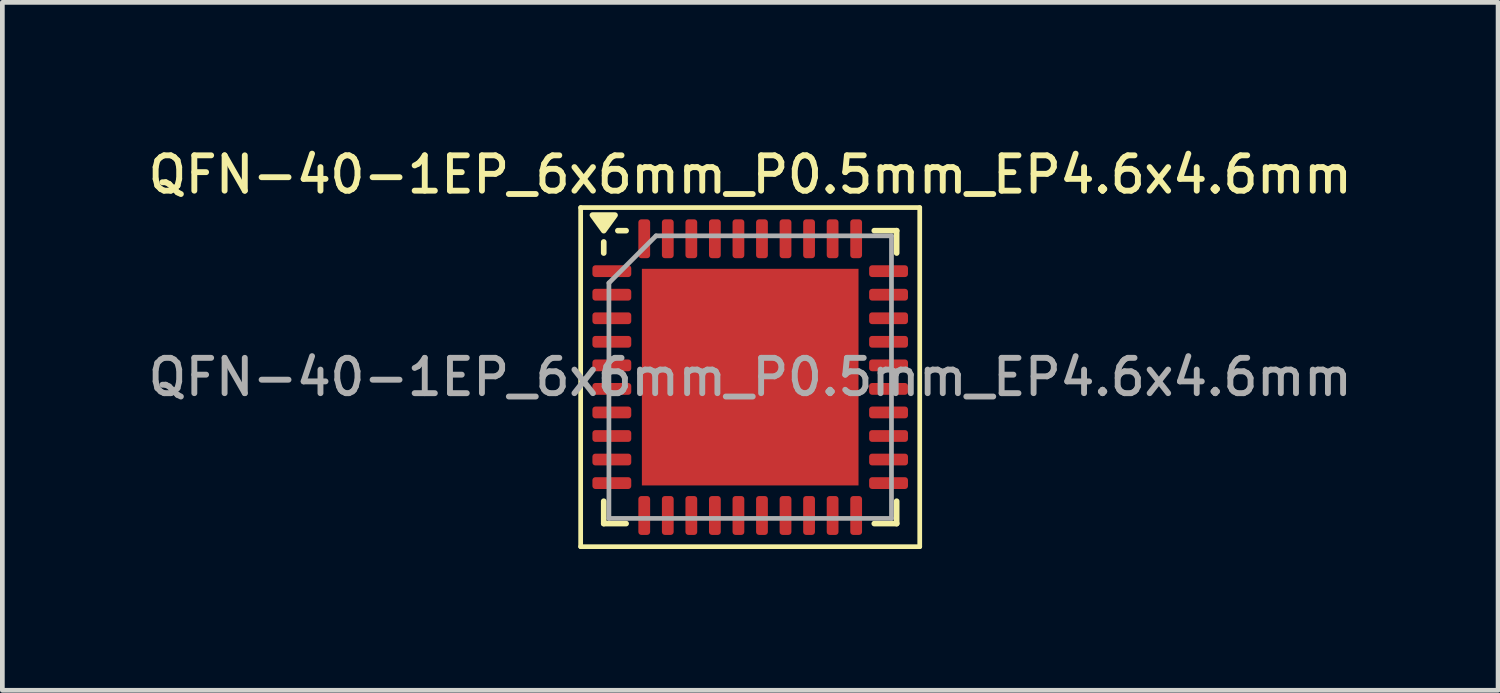
<source format=kicad_pcb>
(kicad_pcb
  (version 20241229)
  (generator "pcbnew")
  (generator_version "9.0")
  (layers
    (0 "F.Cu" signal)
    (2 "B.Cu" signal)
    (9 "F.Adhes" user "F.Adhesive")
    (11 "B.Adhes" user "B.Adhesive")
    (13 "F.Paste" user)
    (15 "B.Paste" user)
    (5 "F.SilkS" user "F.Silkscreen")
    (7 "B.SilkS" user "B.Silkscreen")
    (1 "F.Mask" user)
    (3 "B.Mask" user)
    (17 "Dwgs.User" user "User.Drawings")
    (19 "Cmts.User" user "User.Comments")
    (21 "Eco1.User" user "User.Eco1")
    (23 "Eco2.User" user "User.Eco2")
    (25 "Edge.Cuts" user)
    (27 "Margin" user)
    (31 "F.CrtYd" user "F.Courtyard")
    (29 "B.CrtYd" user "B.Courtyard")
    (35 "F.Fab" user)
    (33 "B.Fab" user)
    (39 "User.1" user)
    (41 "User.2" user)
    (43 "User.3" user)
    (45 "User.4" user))
  (footprint "QFN-40-1EP_6x6mm_P0.5mm_EP4.6x4.6mm"
    (layer "F.Cu")
    (at 12.88 4.958)
    (property "Reference" "QFN-40-1EP_6x6mm_P0.5mm_EP4.6x4.6mm" (at 0 -4.3 0) (layer "F.SilkS") (effects (font (size 0.75 0.75) (thickness 0.125))))
    (attr smd)
    (fp_line (start -3.6 -3.6) (end -3.6 3.6) (stroke (width 0.1) (type solid)) (layer "F.SilkS"))
    (fp_line (start -3.6 3.6) (end 3.6 3.6) (stroke (width 0.1) (type solid)) (layer "F.SilkS"))
    (fp_line (start -3.11 -2.635) (end -3.11 -2.87) (stroke (width 0.12) (type solid)) (layer "F.SilkS"))
    (fp_line (start -3.11 3.11) (end -3.11 2.635) (stroke (width 0.12) (type solid)) (layer "F.SilkS"))
    (fp_line (start -2.635 -3.11) (end -2.81 -3.11) (stroke (width 0.12) (type solid)) (layer "F.SilkS"))
    (fp_line (start -2.635 3.11) (end -3.11 3.11) (stroke (width 0.12) (type solid)) (layer "F.SilkS"))
    (fp_line (start 2.635 -3.11) (end 3.11 -3.11) (stroke (width 0.12) (type solid)) (layer "F.SilkS"))
    (fp_line (start 2.635 3.11) (end 3.11 3.11) (stroke (width 0.12) (type solid)) (layer "F.SilkS"))
    (fp_line (start 3.11 -3.11) (end 3.11 -2.635) (stroke (width 0.12) (type solid)) (layer "F.SilkS"))
    (fp_line (start 3.11 3.11) (end 3.11 2.635) (stroke (width 0.12) (type solid)) (layer "F.SilkS"))
    (fp_line (start 3.6 -3.6) (end -3.6 -3.6) (stroke (width 0.1) (type solid)) (layer "F.SilkS"))
    (fp_line (start 3.6 3.6) (end 3.6 -3.6) (stroke (width 0.1) (type solid)) (layer "F.SilkS"))
    (fp_poly (pts (xy -3.11 -3.11) (xy -3.35 -3.44) (xy -2.87 -3.44) (xy -3.11 -3.11)) (stroke (width 0.12) (type solid)) (fill yes) (layer "F.SilkS"))
    (fp_line (start -3 -2) (end -2 -3) (stroke (width 0.1) (type solid)) (layer "F.Fab"))
    (fp_line (start -3 3) (end -3 -2) (stroke (width 0.1) (type solid)) (layer "F.Fab"))
    (fp_line (start -2 -3) (end 3 -3) (stroke (width 0.1) (type solid)) (layer "F.Fab"))
    (fp_line (start 3 -3) (end 3 3) (stroke (width 0.1) (type solid)) (layer "F.Fab"))
    (fp_line (start 3 3) (end -3 3) (stroke (width 0.1) (type solid)) (layer "F.Fab"))
    (fp_text user "${REFERENCE}" (at 0 0 0) (layer "F.Fab") (effects (font (size 0.75 0.75) (thickness 0.125))))
    (pad "" smd roundrect (at -1.725 -1.725) (size 0.93 0.93) (layers "F.Paste") (roundrect_rratio 0.25))
    (pad "" smd roundrect (at -1.725 -0.575) (size 0.93 0.93) (layers "F.Paste") (roundrect_rratio 0.25))
    (pad "" smd roundrect (at -1.725 0.575) (size 0.93 0.93) (layers "F.Paste") (roundrect_rratio 0.25))
    (pad "" smd roundrect (at -1.725 1.725) (size 0.93 0.93) (layers "F.Paste") (roundrect_rratio 0.25))
    (pad "" smd roundrect (at -0.575 -1.725) (size 0.93 0.93) (layers "F.Paste") (roundrect_rratio 0.25))
    (pad "" smd roundrect (at -0.575 -0.575) (size 0.93 0.93) (layers "F.Paste") (roundrect_rratio 0.25))
    (pad "" smd roundrect (at -0.575 0.575) (size 0.93 0.93) (layers "F.Paste") (roundrect_rratio 0.25))
    (pad "" smd roundrect (at -0.575 1.725) (size 0.93 0.93) (layers "F.Paste") (roundrect_rratio 0.25))
    (pad "" smd roundrect (at 0.575 -1.725) (size 0.93 0.93) (layers "F.Paste") (roundrect_rratio 0.25))
    (pad "" smd roundrect (at 0.575 -0.575) (size 0.93 0.93) (layers "F.Paste") (roundrect_rratio 0.25))
    (pad "" smd roundrect (at 0.575 0.575) (size 0.93 0.93) (layers "F.Paste") (roundrect_rratio 0.25))
    (pad "" smd roundrect (at 0.575 1.725) (size 0.93 0.93) (layers "F.Paste") (roundrect_rratio 0.25))
    (pad "" smd roundrect (at 1.725 -1.725) (size 0.93 0.93) (layers "F.Paste") (roundrect_rratio 0.25))
    (pad "" smd roundrect (at 1.725 -0.575) (size 0.93 0.93) (layers "F.Paste") (roundrect_rratio 0.25))
    (pad "" smd roundrect (at 1.725 0.575) (size 0.93 0.93) (layers "F.Paste") (roundrect_rratio 0.25))
    (pad "" smd roundrect (at 1.725 1.725) (size 0.93 0.93) (layers "F.Paste") (roundrect_rratio 0.25))
    (pad "1" smd roundrect (at -2.938 -2.25) (size 0.825 0.25) (layers "F.Cu" "F.Mask" "F.Paste") (roundrect_rratio 0.25))
    (pad "2" smd roundrect (at -2.938 -1.75) (size 0.825 0.25) (layers "F.Cu" "F.Mask" "F.Paste") (roundrect_rratio 0.25))
    (pad "3" smd roundrect (at -2.938 -1.25) (size 0.825 0.25) (layers "F.Cu" "F.Mask" "F.Paste") (roundrect_rratio 0.25))
    (pad "4" smd roundrect (at -2.938 -0.75) (size 0.825 0.25) (layers "F.Cu" "F.Mask" "F.Paste") (roundrect_rratio 0.25))
    (pad "5" smd roundrect (at -2.938 -0.25) (size 0.825 0.25) (layers "F.Cu" "F.Mask" "F.Paste") (roundrect_rratio 0.25))
    (pad "6" smd roundrect (at -2.938 0.25) (size 0.825 0.25) (layers "F.Cu" "F.Mask" "F.Paste") (roundrect_rratio 0.25))
    (pad "7" smd roundrect (at -2.938 0.75) (size 0.825 0.25) (layers "F.Cu" "F.Mask" "F.Paste") (roundrect_rratio 0.25))
    (pad "8" smd roundrect (at -2.938 1.25) (size 0.825 0.25) (layers "F.Cu" "F.Mask" "F.Paste") (roundrect_rratio 0.25))
    (pad "9" smd roundrect (at -2.938 1.75) (size 0.825 0.25) (layers "F.Cu" "F.Mask" "F.Paste") (roundrect_rratio 0.25))
    (pad "10" smd roundrect (at -2.938 2.25) (size 0.825 0.25) (layers "F.Cu" "F.Mask" "F.Paste") (roundrect_rratio 0.25))
    (pad "11" smd roundrect (at -2.25 2.938) (size 0.25 0.825) (layers "F.Cu" "F.Mask" "F.Paste") (roundrect_rratio 0.25))
    (pad "12" smd roundrect (at -1.75 2.938) (size 0.25 0.825) (layers "F.Cu" "F.Mask" "F.Paste") (roundrect_rratio 0.25))
    (pad "13" smd roundrect (at -1.25 2.938) (size 0.25 0.825) (layers "F.Cu" "F.Mask" "F.Paste") (roundrect_rratio 0.25))
    (pad "14" smd roundrect (at -0.75 2.938) (size 0.25 0.825) (layers "F.Cu" "F.Mask" "F.Paste") (roundrect_rratio 0.25))
    (pad "15" smd roundrect (at -0.25 2.938) (size 0.25 0.825) (layers "F.Cu" "F.Mask" "F.Paste") (roundrect_rratio 0.25))
    (pad "16" smd roundrect (at 0.25 2.938) (size 0.25 0.825) (layers "F.Cu" "F.Mask" "F.Paste") (roundrect_rratio 0.25))
    (pad "17" smd roundrect (at 0.75 2.938) (size 0.25 0.825) (layers "F.Cu" "F.Mask" "F.Paste") (roundrect_rratio 0.25))
    (pad "18" smd roundrect (at 1.25 2.938) (size 0.25 0.825) (layers "F.Cu" "F.Mask" "F.Paste") (roundrect_rratio 0.25))
    (pad "19" smd roundrect (at 1.75 2.938) (size 0.25 0.825) (layers "F.Cu" "F.Mask" "F.Paste") (roundrect_rratio 0.25))
    (pad "20" smd roundrect (at 2.25 2.938) (size 0.25 0.825) (layers "F.Cu" "F.Mask" "F.Paste") (roundrect_rratio 0.25))
    (pad "21" smd roundrect (at 2.938 2.25) (size 0.825 0.25) (layers "F.Cu" "F.Mask" "F.Paste") (roundrect_rratio 0.25))
    (pad "22" smd roundrect (at 2.938 1.75) (size 0.825 0.25) (layers "F.Cu" "F.Mask" "F.Paste") (roundrect_rratio 0.25))
    (pad "23" smd roundrect (at 2.938 1.25) (size 0.825 0.25) (layers "F.Cu" "F.Mask" "F.Paste") (roundrect_rratio 0.25))
    (pad "24" smd roundrect (at 2.938 0.75) (size 0.825 0.25) (layers "F.Cu" "F.Mask" "F.Paste") (roundrect_rratio 0.25))
    (pad "25" smd roundrect (at 2.938 0.25) (size 0.825 0.25) (layers "F.Cu" "F.Mask" "F.Paste") (roundrect_rratio 0.25))
    (pad "26" smd roundrect (at 2.938 -0.25) (size 0.825 0.25) (layers "F.Cu" "F.Mask" "F.Paste") (roundrect_rratio 0.25))
    (pad "27" smd roundrect (at 2.938 -0.75) (size 0.825 0.25) (layers "F.Cu" "F.Mask" "F.Paste") (roundrect_rratio 0.25))
    (pad "28" smd roundrect (at 2.938 -1.25) (size 0.825 0.25) (layers "F.Cu" "F.Mask" "F.Paste") (roundrect_rratio 0.25))
    (pad "29" smd roundrect (at 2.938 -1.75) (size 0.825 0.25) (layers "F.Cu" "F.Mask" "F.Paste") (roundrect_rratio 0.25))
    (pad "30" smd roundrect (at 2.938 -2.25) (size 0.825 0.25) (layers "F.Cu" "F.Mask" "F.Paste") (roundrect_rratio 0.25))
    (pad "31" smd roundrect (at 2.25 -2.938) (size 0.25 0.825) (layers "F.Cu" "F.Mask" "F.Paste") (roundrect_rratio 0.25))
    (pad "32" smd roundrect (at 1.75 -2.938) (size 0.25 0.825) (layers "F.Cu" "F.Mask" "F.Paste") (roundrect_rratio 0.25))
    (pad "33" smd roundrect (at 1.25 -2.938) (size 0.25 0.825) (layers "F.Cu" "F.Mask" "F.Paste") (roundrect_rratio 0.25))
    (pad "34" smd roundrect (at 0.75 -2.938) (size 0.25 0.825) (layers "F.Cu" "F.Mask" "F.Paste") (roundrect_rratio 0.25))
    (pad "35" smd roundrect (at 0.25 -2.938) (size 0.25 0.825) (layers "F.Cu" "F.Mask" "F.Paste") (roundrect_rratio 0.25))
    (pad "36" smd roundrect (at -0.25 -2.938) (size 0.25 0.825) (layers "F.Cu" "F.Mask" "F.Paste") (roundrect_rratio 0.25))
    (pad "37" smd roundrect (at -0.75 -2.938) (size 0.25 0.825) (layers "F.Cu" "F.Mask" "F.Paste") (roundrect_rratio 0.25))
    (pad "38" smd roundrect (at -1.25 -2.938) (size 0.25 0.825) (layers "F.Cu" "F.Mask" "F.Paste") (roundrect_rratio 0.25))
    (pad "39" smd roundrect (at -1.75 -2.938) (size 0.25 0.825) (layers "F.Cu" "F.Mask" "F.Paste") (roundrect_rratio 0.25))
    (pad "40" smd roundrect (at -2.25 -2.938) (size 0.25 0.825) (layers "F.Cu" "F.Mask" "F.Paste") (roundrect_rratio 0.25))
    (pad "41" smd rect (at 0 0) (size 4.6 4.6) (property pad_prop_heatsink) (layers "F.Cu" "F.Mask")))
  (gr_rect
    (start -3 -3)
    (end 28.761 11.608)
    (stroke (width 0.1) (type default))
    (fill no)
    (layer "Edge.Cuts")))
</source>
